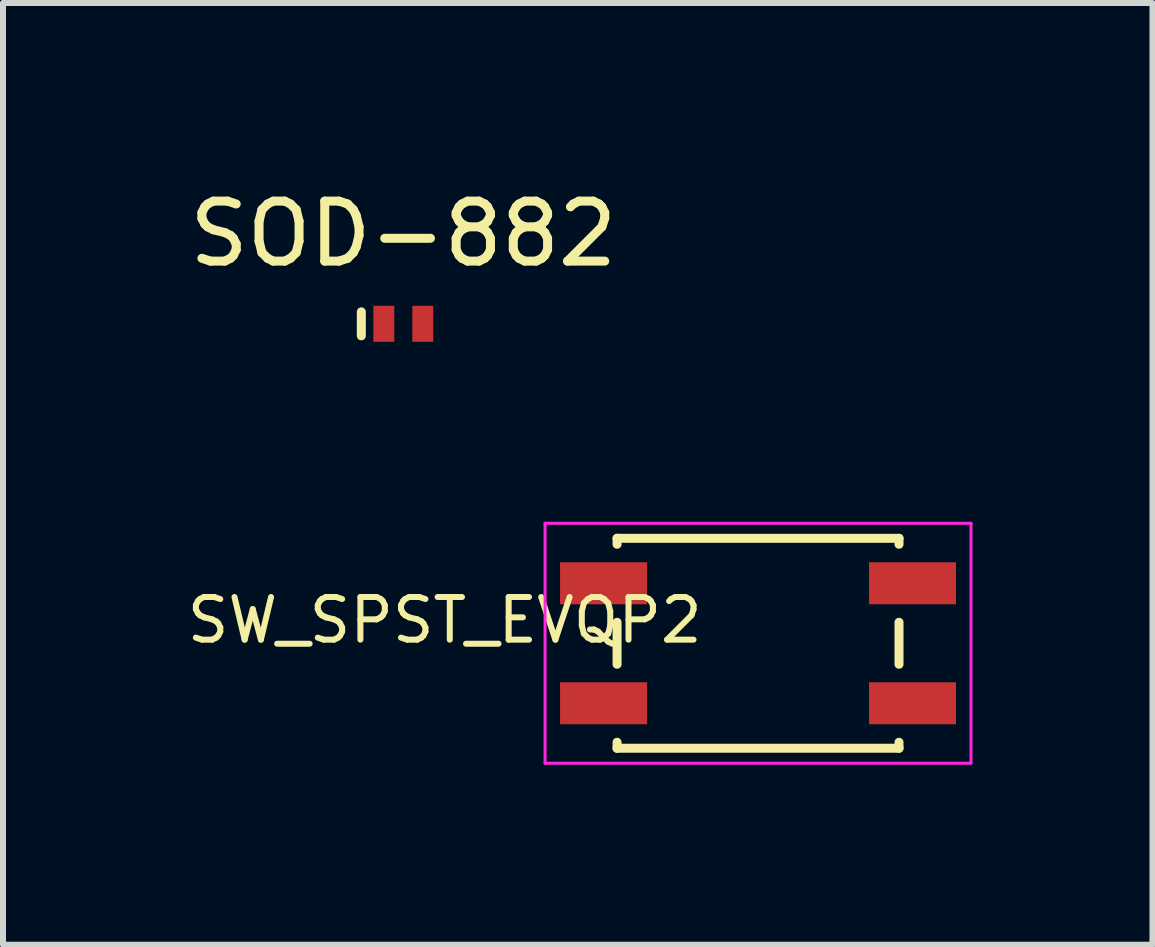
<source format=kicad_pcb>
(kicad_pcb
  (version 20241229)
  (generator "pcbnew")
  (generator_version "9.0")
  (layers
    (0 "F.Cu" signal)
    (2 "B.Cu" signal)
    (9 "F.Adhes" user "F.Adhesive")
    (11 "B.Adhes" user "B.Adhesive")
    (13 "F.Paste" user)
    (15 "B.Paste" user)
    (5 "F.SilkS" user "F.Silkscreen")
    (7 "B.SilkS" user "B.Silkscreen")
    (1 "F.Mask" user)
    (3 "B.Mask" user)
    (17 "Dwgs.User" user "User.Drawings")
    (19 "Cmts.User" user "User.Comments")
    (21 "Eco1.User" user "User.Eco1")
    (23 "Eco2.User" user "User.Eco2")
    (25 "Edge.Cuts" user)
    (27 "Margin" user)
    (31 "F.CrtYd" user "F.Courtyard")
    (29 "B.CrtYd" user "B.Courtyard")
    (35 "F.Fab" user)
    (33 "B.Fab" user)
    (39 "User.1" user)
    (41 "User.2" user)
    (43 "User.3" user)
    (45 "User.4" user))
  (footprint "SOD-882"
    (layer "F.Cu")
    (at 3.673 2.348)
    (property "Reference" "SOD-882" (at 0 -1.5 0) (layer "F.SilkS") (effects (font (size 1 1) (thickness 0.15))))
    (attr through_hole)
    (fp_line (start -0.7 -0.2) (end -0.7 0.2) (stroke (width 0.15) (type solid)) (layer "F.SilkS"))
    (pad "1" smd rect (at -0.325 0) (size 0.35 0.6) (layers "F.Cu" "F.Mask" "F.Paste"))
    (pad "2" smd rect (at 0.325 0) (size 0.35 0.6) (layers "F.Cu" "F.Mask" "F.Paste")))
  (footprint "SW_SPST_EVQP2"
    (layer "F.Cu")
    (at 9.586 7.673)
    (property "Reference" "SW_SPST_EVQP2" (at -5.223 -0.384 0) (layer "F.SilkS") (effects (font (size 0.711 0.711) (thickness 0.1))))
    (attr smd)
    (fp_line (start -2.35 -1.75) (end -2.35 -1.65) (stroke (width 0.15) (type solid)) (layer "F.SilkS"))
    (fp_line (start -2.35 -0.35) (end -2.35 0.35) (stroke (width 0.15) (type solid)) (layer "F.SilkS"))
    (fp_line (start -2.35 1.65) (end -2.35 1.75) (stroke (width 0.15) (type solid)) (layer "F.SilkS"))
    (fp_line (start -2.35 1.75) (end 2.35 1.75) (stroke (width 0.15) (type solid)) (layer "F.SilkS"))
    (fp_line (start 2.35 -1.75) (end -2.35 -1.75) (stroke (width 0.15) (type solid)) (layer "F.SilkS"))
    (fp_line (start 2.35 -1.75) (end 2.35 -1.65) (stroke (width 0.15) (type solid)) (layer "F.SilkS"))
    (fp_line (start 2.35 -0.35) (end 2.35 0.35) (stroke (width 0.15) (type solid)) (layer "F.SilkS"))
    (fp_line (start 2.35 1.75) (end 2.35 1.65) (stroke (width 0.15) (type solid)) (layer "F.SilkS"))
    (fp_line (start -3.55 -2) (end 3.55 -2) (stroke (width 0.05) (type solid)) (layer "F.CrtYd"))
    (fp_line (start -3.55 2) (end -3.55 -2) (stroke (width 0.05) (type solid)) (layer "F.CrtYd"))
    (fp_line (start 3.55 -2) (end 3.55 2) (stroke (width 0.05) (type solid)) (layer "F.CrtYd"))
    (fp_line (start 3.55 2) (end -3.55 2) (stroke (width 0.05) (type solid)) (layer "F.CrtYd"))
    (pad "1" smd rect (at -2.575 -1) (size 1.45 0.7) (layers "F.Cu" "F.Mask" "F.Paste"))
    (pad "1" smd rect (at 2.575 -1) (size 1.45 0.7) (layers "F.Cu" "F.Mask" "F.Paste"))
    (pad "2" smd rect (at -2.575 1) (size 1.45 0.7) (layers "F.Cu" "F.Mask" "F.Paste"))
    (pad "2" smd rect (at 2.575 1) (size 1.45 0.7) (layers "F.Cu" "F.Mask" "F.Paste")))
  (gr_rect
    (start -3 -3)
    (end 16.161 12.698)
    (stroke (width 0.1) (type default))
    (fill no)
    (layer "Edge.Cuts")))
</source>
